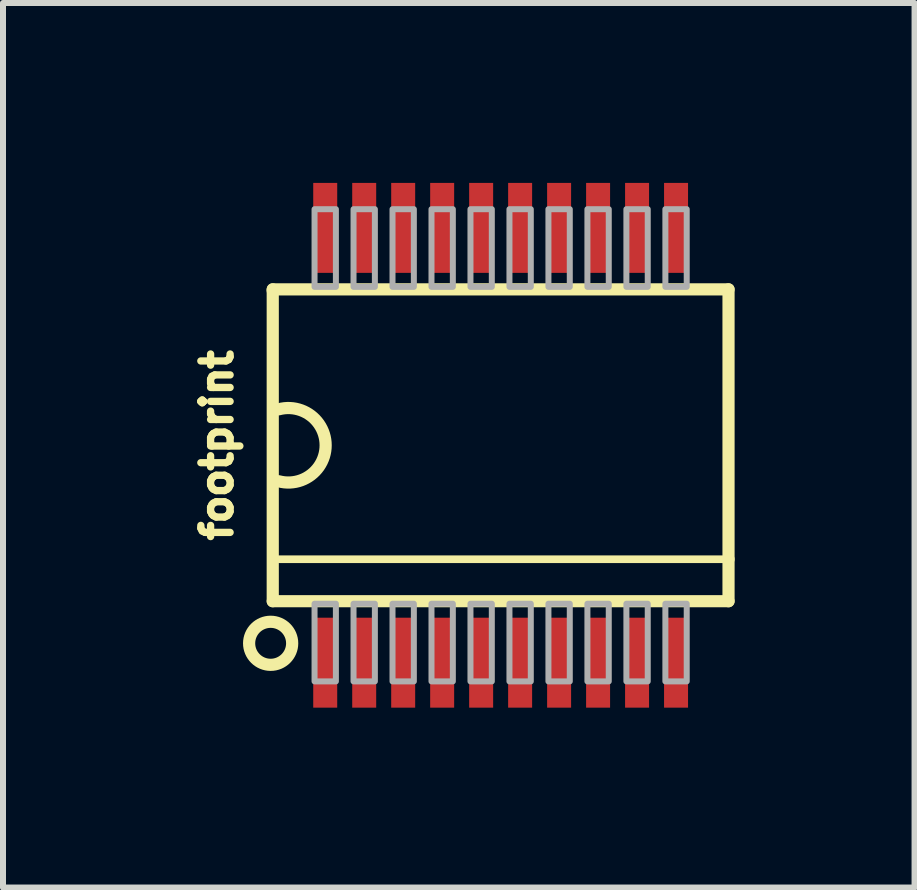
<source format=kicad_pcb>
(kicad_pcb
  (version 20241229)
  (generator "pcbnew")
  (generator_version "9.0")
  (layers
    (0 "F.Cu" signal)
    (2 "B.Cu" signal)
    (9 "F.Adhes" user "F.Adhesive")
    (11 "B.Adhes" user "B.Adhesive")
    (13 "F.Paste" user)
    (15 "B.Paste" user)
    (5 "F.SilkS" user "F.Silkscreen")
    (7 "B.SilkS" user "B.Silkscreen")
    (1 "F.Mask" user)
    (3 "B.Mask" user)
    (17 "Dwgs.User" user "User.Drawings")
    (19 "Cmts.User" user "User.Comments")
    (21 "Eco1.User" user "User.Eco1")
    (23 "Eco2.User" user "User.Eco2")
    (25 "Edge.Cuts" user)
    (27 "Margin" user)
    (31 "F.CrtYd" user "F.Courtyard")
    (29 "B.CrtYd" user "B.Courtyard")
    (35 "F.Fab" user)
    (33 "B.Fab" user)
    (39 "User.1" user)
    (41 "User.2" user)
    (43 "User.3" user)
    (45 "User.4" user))
  (footprint "footprint"
    (layer "F.Cu")
    (at 5.298 4.375)
    (property "Reference" "footprint" (at -4.445 0 90) (layer "F.SilkS") (effects (font (size 0.488 0.488) (thickness 0.122)) (justify bottom)))
    (fp_line (start -3.825 -2.575) (end -3.8 -2.575) (stroke (width 0.127) (type solid)) (layer "F.SilkS"))
    (fp_line (start -3.8 -2.6) (end -3.8 -2.575) (stroke (width 0.203) (type solid)) (layer "F.SilkS"))
    (fp_line (start -3.8 -2.575) (end -3.8 2.6) (stroke (width 0.203) (type solid)) (layer "F.SilkS"))
    (fp_line (start -3.8 2.6) (end 3.8 2.6) (stroke (width 0.203) (type solid)) (layer "F.SilkS"))
    (fp_line (start -3.7 1.9) (end 3.8 1.9) (stroke (width 0.127) (type solid)) (layer "F.SilkS"))
    (fp_line (start 3.8 -2.6) (end -3.8 -2.6) (stroke (width 0.203) (type solid)) (layer "F.SilkS"))
    (fp_line (start 3.8 1.9) (end 3.8 -2.6) (stroke (width 0.203) (type solid)) (layer "F.SilkS"))
    (fp_line (start 3.8 2.6) (end 3.8 1.9) (stroke (width 0.203) (type solid)) (layer "F.SilkS"))
    (fp_arc (start -3.7 -0.6) (mid -2.918026 0) (end -3.7 0.6) (stroke (width 0.2032) (type solid)) (layer "F.SilkS"))
    (fp_circle (center -3.835 3.302) (end -3.476 3.302) (stroke (width 0.203) (type solid)) (fill no) (layer "F.SilkS"))
    (fp_poly (pts (xy -3.103 3.937) (xy -2.747 3.937) (xy -2.747 2.642) (xy -3.103 2.642)) (stroke (width 0.1) (type solid)) (fill no) (layer "F.Fab"))
    (fp_poly (pts (xy -3.103 -2.642) (xy -2.747 -2.642) (xy -2.747 -3.937) (xy -3.103 -3.937)) (stroke (width 0.1) (type solid)) (fill no) (layer "F.Fab"))
    (fp_poly (pts (xy -2.453 3.937) (xy -2.097 3.937) (xy -2.097 2.642) (xy -2.453 2.642)) (stroke (width 0.1) (type solid)) (fill no) (layer "F.Fab"))
    (fp_poly (pts (xy -2.453 -2.642) (xy -2.097 -2.642) (xy -2.097 -3.937) (xy -2.453 -3.937)) (stroke (width 0.1) (type solid)) (fill no) (layer "F.Fab"))
    (fp_poly (pts (xy -1.803 3.937) (xy -1.447 3.937) (xy -1.447 2.642) (xy -1.803 2.642)) (stroke (width 0.1) (type solid)) (fill no) (layer "F.Fab"))
    (fp_poly (pts (xy -1.803 -2.642) (xy -1.447 -2.642) (xy -1.447 -3.937) (xy -1.803 -3.937)) (stroke (width 0.1) (type solid)) (fill no) (layer "F.Fab"))
    (fp_poly (pts (xy -1.153 3.937) (xy -0.797 3.937) (xy -0.797 2.642) (xy -1.153 2.642)) (stroke (width 0.1) (type solid)) (fill no) (layer "F.Fab"))
    (fp_poly (pts (xy -1.153 -2.642) (xy -0.797 -2.642) (xy -0.797 -3.937) (xy -1.153 -3.937)) (stroke (width 0.1) (type solid)) (fill no) (layer "F.Fab"))
    (fp_poly (pts (xy -0.503 3.937) (xy -0.147 3.937) (xy -0.147 2.642) (xy -0.503 2.642)) (stroke (width 0.1) (type solid)) (fill no) (layer "F.Fab"))
    (fp_poly (pts (xy -0.503 -2.642) (xy -0.147 -2.642) (xy -0.147 -3.937) (xy -0.503 -3.937)) (stroke (width 0.1) (type solid)) (fill no) (layer "F.Fab"))
    (fp_poly (pts (xy 0.147 3.937) (xy 0.503 3.937) (xy 0.503 2.642) (xy 0.147 2.642)) (stroke (width 0.1) (type solid)) (fill no) (layer "F.Fab"))
    (fp_poly (pts (xy 0.147 -2.642) (xy 0.503 -2.642) (xy 0.503 -3.937) (xy 0.147 -3.937)) (stroke (width 0.1) (type solid)) (fill no) (layer "F.Fab"))
    (fp_poly (pts (xy 0.797 3.937) (xy 1.153 3.937) (xy 1.153 2.642) (xy 0.797 2.642)) (stroke (width 0.1) (type solid)) (fill no) (layer "F.Fab"))
    (fp_poly (pts (xy 0.797 -2.642) (xy 1.153 -2.642) (xy 1.153 -3.937) (xy 0.797 -3.937)) (stroke (width 0.1) (type solid)) (fill no) (layer "F.Fab"))
    (fp_poly (pts (xy 1.447 -2.642) (xy 1.803 -2.642) (xy 1.803 -3.937) (xy 1.447 -3.937)) (stroke (width 0.1) (type solid)) (fill no) (layer "F.Fab"))
    (fp_poly (pts (xy 1.447 3.937) (xy 1.803 3.937) (xy 1.803 2.642) (xy 1.447 2.642)) (stroke (width 0.1) (type solid)) (fill no) (layer "F.Fab"))
    (fp_poly (pts (xy 2.097 -2.642) (xy 2.453 -2.642) (xy 2.453 -3.937) (xy 2.097 -3.937)) (stroke (width 0.1) (type solid)) (fill no) (layer "F.Fab"))
    (fp_poly (pts (xy 2.097 3.937) (xy 2.453 3.937) (xy 2.453 2.642) (xy 2.097 2.642)) (stroke (width 0.1) (type solid)) (fill no) (layer "F.Fab"))
    (fp_poly (pts (xy 2.747 -2.642) (xy 3.103 -2.642) (xy 3.103 -3.937) (xy 2.747 -3.937)) (stroke (width 0.1) (type solid)) (fill no) (layer "F.Fab"))
    (fp_poly (pts (xy 2.747 3.937) (xy 3.103 3.937) (xy 3.103 2.642) (xy 2.747 2.642)) (stroke (width 0.1) (type solid)) (fill no) (layer "F.Fab"))
    (pad "1" smd rect (at -2.925 3.625) (size 0.4 1.5) (layers "F.Cu" "F.Mask" "F.Paste"))
    (pad "2" smd rect (at -2.275 3.625) (size 0.4 1.5) (layers "F.Cu" "F.Mask" "F.Paste"))
    (pad "3" smd rect (at -1.625 3.625) (size 0.4 1.5) (layers "F.Cu" "F.Mask" "F.Paste"))
    (pad "4" smd rect (at -0.975 3.625) (size 0.4 1.5) (layers "F.Cu" "F.Mask" "F.Paste"))
    (pad "5" smd rect (at -0.325 3.625) (size 0.4 1.5) (layers "F.Cu" "F.Mask" "F.Paste"))
    (pad "6" smd rect (at 0.325 3.625) (size 0.4 1.5) (layers "F.Cu" "F.Mask" "F.Paste"))
    (pad "7" smd rect (at 0.975 3.625) (size 0.4 1.5) (layers "F.Cu" "F.Mask" "F.Paste"))
    (pad "8" smd rect (at 1.625 3.625) (size 0.4 1.5) (layers "F.Cu" "F.Mask" "F.Paste"))
    (pad "9" smd rect (at 2.275 3.625) (size 0.4 1.5) (layers "F.Cu" "F.Mask" "F.Paste"))
    (pad "10" smd rect (at 2.925 3.625) (size 0.4 1.5) (layers "F.Cu" "F.Mask" "F.Paste"))
    (pad "11" smd rect (at 2.925 -3.625) (size 0.4 1.5) (layers "F.Cu" "F.Mask" "F.Paste"))
    (pad "12" smd rect (at 2.275 -3.625) (size 0.4 1.5) (layers "F.Cu" "F.Mask" "F.Paste"))
    (pad "13" smd rect (at 1.625 -3.625) (size 0.4 1.5) (layers "F.Cu" "F.Mask" "F.Paste"))
    (pad "14" smd rect (at 0.975 -3.625) (size 0.4 1.5) (layers "F.Cu" "F.Mask" "F.Paste"))
    (pad "15" smd rect (at 0.325 -3.625) (size 0.4 1.5) (layers "F.Cu" "F.Mask" "F.Paste"))
    (pad "16" smd rect (at -0.325 -3.625) (size 0.4 1.5) (layers "F.Cu" "F.Mask" "F.Paste"))
    (pad "17" smd rect (at -0.975 -3.625) (size 0.4 1.5) (layers "F.Cu" "F.Mask" "F.Paste"))
    (pad "18" smd rect (at -1.625 -3.625) (size 0.4 1.5) (layers "F.Cu" "F.Mask" "F.Paste"))
    (pad "19" smd rect (at -2.275 -3.625) (size 0.4 1.5) (layers "F.Cu" "F.Mask" "F.Paste"))
    (pad "20" smd rect (at -2.925 -3.625) (size 0.4 1.5) (layers "F.Cu" "F.Mask" "F.Paste")))
  (gr_rect
    (start -3 -3)
    (end 12.2 11.75)
    (stroke (width 0.1) (type default))
    (fill no)
    (layer "Edge.Cuts")))
</source>
